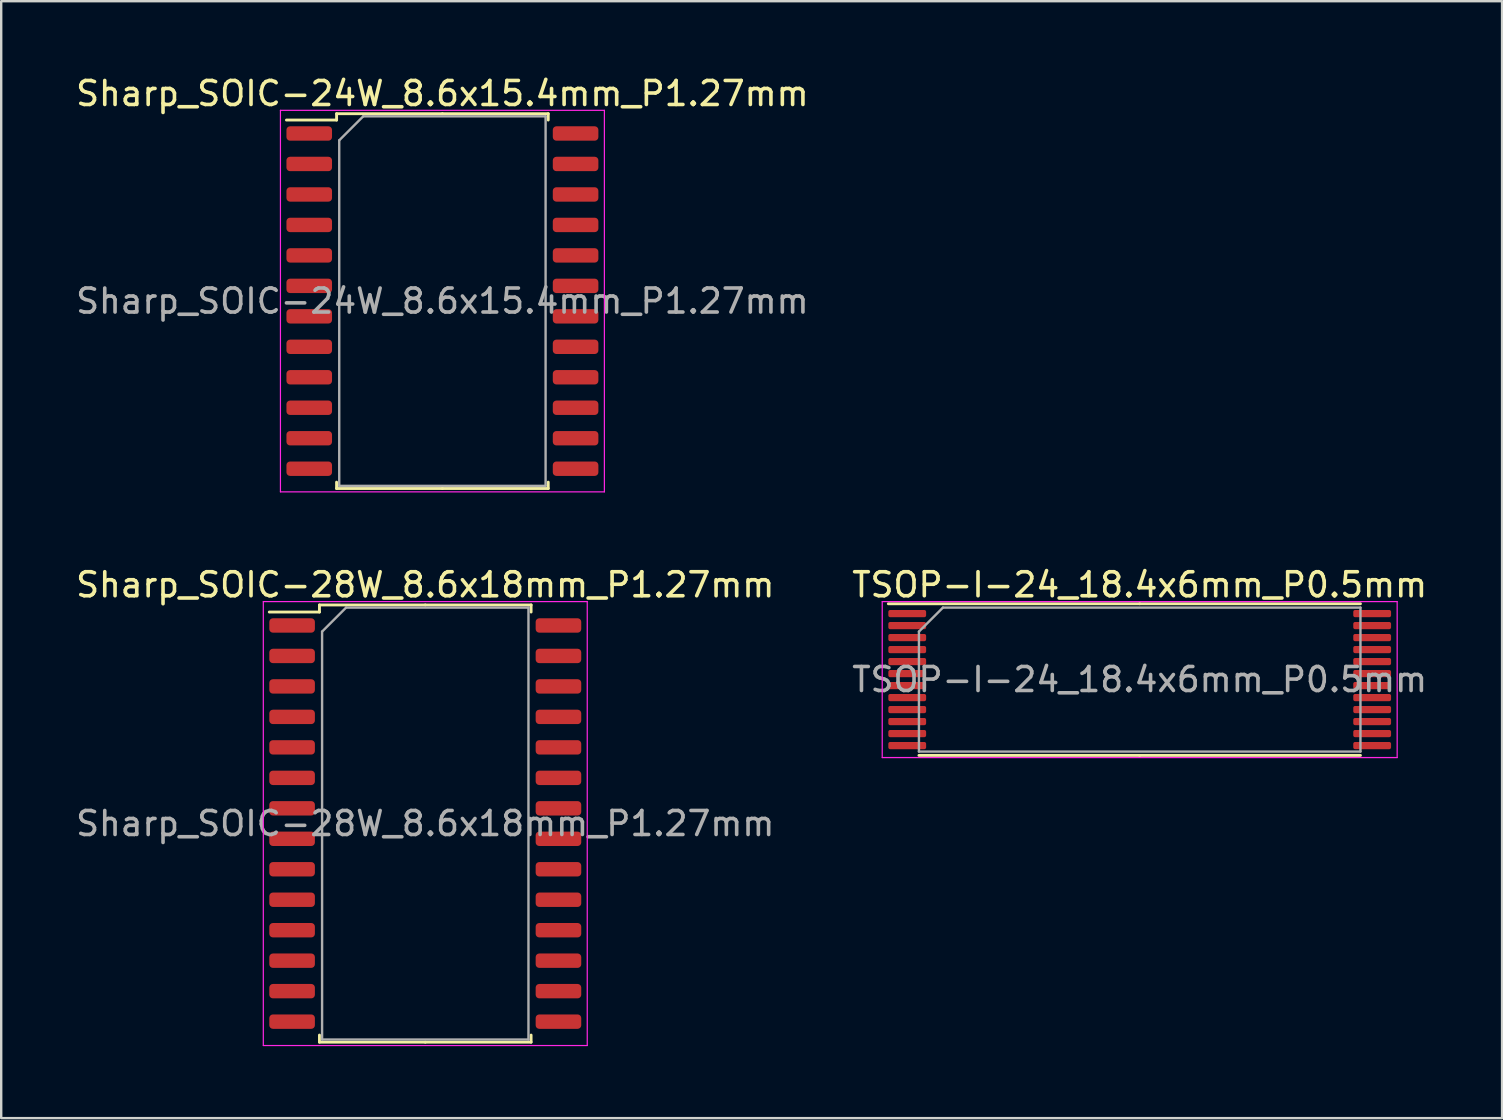
<source format=kicad_pcb>
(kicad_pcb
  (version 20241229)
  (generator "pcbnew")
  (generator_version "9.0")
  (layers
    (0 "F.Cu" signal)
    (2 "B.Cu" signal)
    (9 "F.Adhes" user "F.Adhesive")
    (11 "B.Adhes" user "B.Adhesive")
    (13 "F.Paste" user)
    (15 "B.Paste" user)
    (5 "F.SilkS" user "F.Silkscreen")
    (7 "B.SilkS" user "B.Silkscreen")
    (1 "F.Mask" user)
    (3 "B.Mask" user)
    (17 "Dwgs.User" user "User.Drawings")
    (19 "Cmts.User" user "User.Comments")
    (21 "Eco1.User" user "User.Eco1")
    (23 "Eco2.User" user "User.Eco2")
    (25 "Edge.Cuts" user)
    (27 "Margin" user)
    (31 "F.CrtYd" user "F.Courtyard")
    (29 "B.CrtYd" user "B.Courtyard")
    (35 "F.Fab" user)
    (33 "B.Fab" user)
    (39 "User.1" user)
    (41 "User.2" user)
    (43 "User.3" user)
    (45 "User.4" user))
  (footprint "Sharp_SOIC-24W_8.6x15.4mm_P1.27mm"
    (layer "F.Cu")
    (at 15.387 9.498)
    (property "Reference" "Sharp_SOIC-24W_8.6x15.4mm_P1.27mm" (at 0 -8.65 0) (layer "F.SilkS") (effects (font (size 1 1) (thickness 0.15))))
    (attr smd)
    (fp_line (start -4.41 -7.81) (end -4.41 -7.545) (stroke (width 0.12) (type solid)) (layer "F.SilkS"))
    (fp_line (start -4.41 -7.545) (end -6.5 -7.545) (stroke (width 0.12) (type solid)) (layer "F.SilkS"))
    (fp_line (start -4.41 7.81) (end -4.41 7.545) (stroke (width 0.12) (type solid)) (layer "F.SilkS"))
    (fp_line (start 0 -7.81) (end -4.41 -7.81) (stroke (width 0.12) (type solid)) (layer "F.SilkS"))
    (fp_line (start 0 -7.81) (end 4.41 -7.81) (stroke (width 0.12) (type solid)) (layer "F.SilkS"))
    (fp_line (start 0 7.81) (end -4.41 7.81) (stroke (width 0.12) (type solid)) (layer "F.SilkS"))
    (fp_line (start 0 7.81) (end 4.41 7.81) (stroke (width 0.12) (type solid)) (layer "F.SilkS"))
    (fp_line (start 4.41 -7.81) (end 4.41 -7.545) (stroke (width 0.12) (type solid)) (layer "F.SilkS"))
    (fp_line (start 4.41 7.81) (end 4.41 7.545) (stroke (width 0.12) (type solid)) (layer "F.SilkS"))
    (fp_line (start -6.75 -7.95) (end -6.75 7.95) (stroke (width 0.05) (type solid)) (layer "F.CrtYd"))
    (fp_line (start -6.75 7.95) (end 6.75 7.95) (stroke (width 0.05) (type solid)) (layer "F.CrtYd"))
    (fp_line (start 6.75 -7.95) (end -6.75 -7.95) (stroke (width 0.05) (type solid)) (layer "F.CrtYd"))
    (fp_line (start 6.75 7.95) (end 6.75 -7.95) (stroke (width 0.05) (type solid)) (layer "F.CrtYd"))
    (fp_line (start -4.3 -6.7) (end -3.3 -7.7) (stroke (width 0.1) (type solid)) (layer "F.Fab"))
    (fp_line (start -4.3 7.7) (end -4.3 -6.7) (stroke (width 0.1) (type solid)) (layer "F.Fab"))
    (fp_line (start -3.3 -7.7) (end 4.3 -7.7) (stroke (width 0.1) (type solid)) (layer "F.Fab"))
    (fp_line (start 4.3 -7.7) (end 4.3 7.7) (stroke (width 0.1) (type solid)) (layer "F.Fab"))
    (fp_line (start 4.3 7.7) (end -4.3 7.7) (stroke (width 0.1) (type solid)) (layer "F.Fab"))
    (fp_text user "${REFERENCE}" (at 0 0 0) (layer "F.Fab") (effects (font (size 1 1) (thickness 0.15))))
    (pad "1" smd roundrect (at -5.55 -6.985) (size 1.9 0.6) (layers "F.Cu" "F.Mask" "F.Paste") (roundrect_rratio 0.25))
    (pad "2" smd roundrect (at -5.55 -5.715) (size 1.9 0.6) (layers "F.Cu" "F.Mask" "F.Paste") (roundrect_rratio 0.25))
    (pad "3" smd roundrect (at -5.55 -4.445) (size 1.9 0.6) (layers "F.Cu" "F.Mask" "F.Paste") (roundrect_rratio 0.25))
    (pad "4" smd roundrect (at -5.55 -3.175) (size 1.9 0.6) (layers "F.Cu" "F.Mask" "F.Paste") (roundrect_rratio 0.25))
    (pad "5" smd roundrect (at -5.55 -1.905) (size 1.9 0.6) (layers "F.Cu" "F.Mask" "F.Paste") (roundrect_rratio 0.25))
    (pad "6" smd roundrect (at -5.55 -0.635) (size 1.9 0.6) (layers "F.Cu" "F.Mask" "F.Paste") (roundrect_rratio 0.25))
    (pad "7" smd roundrect (at -5.55 0.635) (size 1.9 0.6) (layers "F.Cu" "F.Mask" "F.Paste") (roundrect_rratio 0.25))
    (pad "8" smd roundrect (at -5.55 1.905) (size 1.9 0.6) (layers "F.Cu" "F.Mask" "F.Paste") (roundrect_rratio 0.25))
    (pad "9" smd roundrect (at -5.55 3.175) (size 1.9 0.6) (layers "F.Cu" "F.Mask" "F.Paste") (roundrect_rratio 0.25))
    (pad "10" smd roundrect (at -5.55 4.445) (size 1.9 0.6) (layers "F.Cu" "F.Mask" "F.Paste") (roundrect_rratio 0.25))
    (pad "11" smd roundrect (at -5.55 5.715) (size 1.9 0.6) (layers "F.Cu" "F.Mask" "F.Paste") (roundrect_rratio 0.25))
    (pad "12" smd roundrect (at -5.55 6.985) (size 1.9 0.6) (layers "F.Cu" "F.Mask" "F.Paste") (roundrect_rratio 0.25))
    (pad "13" smd roundrect (at 5.55 6.985) (size 1.9 0.6) (layers "F.Cu" "F.Mask" "F.Paste") (roundrect_rratio 0.25))
    (pad "14" smd roundrect (at 5.55 5.715) (size 1.9 0.6) (layers "F.Cu" "F.Mask" "F.Paste") (roundrect_rratio 0.25))
    (pad "15" smd roundrect (at 5.55 4.445) (size 1.9 0.6) (layers "F.Cu" "F.Mask" "F.Paste") (roundrect_rratio 0.25))
    (pad "16" smd roundrect (at 5.55 3.175) (size 1.9 0.6) (layers "F.Cu" "F.Mask" "F.Paste") (roundrect_rratio 0.25))
    (pad "17" smd roundrect (at 5.55 1.905) (size 1.9 0.6) (layers "F.Cu" "F.Mask" "F.Paste") (roundrect_rratio 0.25))
    (pad "18" smd roundrect (at 5.55 0.635) (size 1.9 0.6) (layers "F.Cu" "F.Mask" "F.Paste") (roundrect_rratio 0.25))
    (pad "19" smd roundrect (at 5.55 -0.635) (size 1.9 0.6) (layers "F.Cu" "F.Mask" "F.Paste") (roundrect_rratio 0.25))
    (pad "20" smd roundrect (at 5.55 -1.905) (size 1.9 0.6) (layers "F.Cu" "F.Mask" "F.Paste") (roundrect_rratio 0.25))
    (pad "21" smd roundrect (at 5.55 -3.175) (size 1.9 0.6) (layers "F.Cu" "F.Mask" "F.Paste") (roundrect_rratio 0.25))
    (pad "22" smd roundrect (at 5.55 -4.445) (size 1.9 0.6) (layers "F.Cu" "F.Mask" "F.Paste") (roundrect_rratio 0.25))
    (pad "23" smd roundrect (at 5.55 -5.715) (size 1.9 0.6) (layers "F.Cu" "F.Mask" "F.Paste") (roundrect_rratio 0.25))
    (pad "24" smd roundrect (at 5.55 -6.985) (size 1.9 0.6) (layers "F.Cu" "F.Mask" "F.Paste") (roundrect_rratio 0.25)))
  (footprint "Sharp_SOIC-28W_8.6x18mm_P1.27mm"
    (layer "F.Cu")
    (at 14.673 31.271)
    (property "Reference" "Sharp_SOIC-28W_8.6x18mm_P1.27mm" (at 0 -9.95 0) (layer "F.SilkS") (effects (font (size 1 1) (thickness 0.15))))
    (attr smd)
    (fp_line (start -4.41 -9.11) (end -4.41 -8.815) (stroke (width 0.12) (type solid)) (layer "F.SilkS"))
    (fp_line (start -4.41 -8.815) (end -6.5 -8.815) (stroke (width 0.12) (type solid)) (layer "F.SilkS"))
    (fp_line (start -4.41 9.11) (end -4.41 8.815) (stroke (width 0.12) (type solid)) (layer "F.SilkS"))
    (fp_line (start 0 -9.11) (end -4.41 -9.11) (stroke (width 0.12) (type solid)) (layer "F.SilkS"))
    (fp_line (start 0 -9.11) (end 4.41 -9.11) (stroke (width 0.12) (type solid)) (layer "F.SilkS"))
    (fp_line (start 0 9.11) (end -4.41 9.11) (stroke (width 0.12) (type solid)) (layer "F.SilkS"))
    (fp_line (start 0 9.11) (end 4.41 9.11) (stroke (width 0.12) (type solid)) (layer "F.SilkS"))
    (fp_line (start 4.41 -9.11) (end 4.41 -8.815) (stroke (width 0.12) (type solid)) (layer "F.SilkS"))
    (fp_line (start 4.41 9.11) (end 4.41 8.815) (stroke (width 0.12) (type solid)) (layer "F.SilkS"))
    (fp_line (start -6.75 -9.25) (end -6.75 9.25) (stroke (width 0.05) (type solid)) (layer "F.CrtYd"))
    (fp_line (start -6.75 9.25) (end 6.75 9.25) (stroke (width 0.05) (type solid)) (layer "F.CrtYd"))
    (fp_line (start 6.75 -9.25) (end -6.75 -9.25) (stroke (width 0.05) (type solid)) (layer "F.CrtYd"))
    (fp_line (start 6.75 9.25) (end 6.75 -9.25) (stroke (width 0.05) (type solid)) (layer "F.CrtYd"))
    (fp_line (start -4.3 -8) (end -3.3 -9) (stroke (width 0.1) (type solid)) (layer "F.Fab"))
    (fp_line (start -4.3 9) (end -4.3 -8) (stroke (width 0.1) (type solid)) (layer "F.Fab"))
    (fp_line (start -3.3 -9) (end 4.3 -9) (stroke (width 0.1) (type solid)) (layer "F.Fab"))
    (fp_line (start 4.3 -9) (end 4.3 9) (stroke (width 0.1) (type solid)) (layer "F.Fab"))
    (fp_line (start 4.3 9) (end -4.3 9) (stroke (width 0.1) (type solid)) (layer "F.Fab"))
    (fp_text user "${REFERENCE}" (at 0 0 0) (layer "F.Fab") (effects (font (size 1 1) (thickness 0.15))))
    (pad "1" smd roundrect (at -5.55 -8.255) (size 1.9 0.6) (layers "F.Cu" "F.Mask" "F.Paste") (roundrect_rratio 0.25))
    (pad "2" smd roundrect (at -5.55 -6.985) (size 1.9 0.6) (layers "F.Cu" "F.Mask" "F.Paste") (roundrect_rratio 0.25))
    (pad "3" smd roundrect (at -5.55 -5.715) (size 1.9 0.6) (layers "F.Cu" "F.Mask" "F.Paste") (roundrect_rratio 0.25))
    (pad "4" smd roundrect (at -5.55 -4.445) (size 1.9 0.6) (layers "F.Cu" "F.Mask" "F.Paste") (roundrect_rratio 0.25))
    (pad "5" smd roundrect (at -5.55 -3.175) (size 1.9 0.6) (layers "F.Cu" "F.Mask" "F.Paste") (roundrect_rratio 0.25))
    (pad "6" smd roundrect (at -5.55 -1.905) (size 1.9 0.6) (layers "F.Cu" "F.Mask" "F.Paste") (roundrect_rratio 0.25))
    (pad "7" smd roundrect (at -5.55 -0.635) (size 1.9 0.6) (layers "F.Cu" "F.Mask" "F.Paste") (roundrect_rratio 0.25))
    (pad "8" smd roundrect (at -5.55 0.635) (size 1.9 0.6) (layers "F.Cu" "F.Mask" "F.Paste") (roundrect_rratio 0.25))
    (pad "9" smd roundrect (at -5.55 1.905) (size 1.9 0.6) (layers "F.Cu" "F.Mask" "F.Paste") (roundrect_rratio 0.25))
    (pad "10" smd roundrect (at -5.55 3.175) (size 1.9 0.6) (layers "F.Cu" "F.Mask" "F.Paste") (roundrect_rratio 0.25))
    (pad "11" smd roundrect (at -5.55 4.445) (size 1.9 0.6) (layers "F.Cu" "F.Mask" "F.Paste") (roundrect_rratio 0.25))
    (pad "12" smd roundrect (at -5.55 5.715) (size 1.9 0.6) (layers "F.Cu" "F.Mask" "F.Paste") (roundrect_rratio 0.25))
    (pad "13" smd roundrect (at -5.55 6.985) (size 1.9 0.6) (layers "F.Cu" "F.Mask" "F.Paste") (roundrect_rratio 0.25))
    (pad "14" smd roundrect (at -5.55 8.255) (size 1.9 0.6) (layers "F.Cu" "F.Mask" "F.Paste") (roundrect_rratio 0.25))
    (pad "15" smd roundrect (at 5.55 8.255) (size 1.9 0.6) (layers "F.Cu" "F.Mask" "F.Paste") (roundrect_rratio 0.25))
    (pad "16" smd roundrect (at 5.55 6.985) (size 1.9 0.6) (layers "F.Cu" "F.Mask" "F.Paste") (roundrect_rratio 0.25))
    (pad "17" smd roundrect (at 5.55 5.715) (size 1.9 0.6) (layers "F.Cu" "F.Mask" "F.Paste") (roundrect_rratio 0.25))
    (pad "18" smd roundrect (at 5.55 4.445) (size 1.9 0.6) (layers "F.Cu" "F.Mask" "F.Paste") (roundrect_rratio 0.25))
    (pad "19" smd roundrect (at 5.55 3.175) (size 1.9 0.6) (layers "F.Cu" "F.Mask" "F.Paste") (roundrect_rratio 0.25))
    (pad "20" smd roundrect (at 5.55 1.905) (size 1.9 0.6) (layers "F.Cu" "F.Mask" "F.Paste") (roundrect_rratio 0.25))
    (pad "21" smd roundrect (at 5.55 0.635) (size 1.9 0.6) (layers "F.Cu" "F.Mask" "F.Paste") (roundrect_rratio 0.25))
    (pad "22" smd roundrect (at 5.55 -0.635) (size 1.9 0.6) (layers "F.Cu" "F.Mask" "F.Paste") (roundrect_rratio 0.25))
    (pad "23" smd roundrect (at 5.55 -1.905) (size 1.9 0.6) (layers "F.Cu" "F.Mask" "F.Paste") (roundrect_rratio 0.25))
    (pad "24" smd roundrect (at 5.55 -3.175) (size 1.9 0.6) (layers "F.Cu" "F.Mask" "F.Paste") (roundrect_rratio 0.25))
    (pad "25" smd roundrect (at 5.55 -4.445) (size 1.9 0.6) (layers "F.Cu" "F.Mask" "F.Paste") (roundrect_rratio 0.25))
    (pad "26" smd roundrect (at 5.55 -5.715) (size 1.9 0.6) (layers "F.Cu" "F.Mask" "F.Paste") (roundrect_rratio 0.25))
    (pad "27" smd roundrect (at 5.55 -6.985) (size 1.9 0.6) (layers "F.Cu" "F.Mask" "F.Paste") (roundrect_rratio 0.25))
    (pad "28" smd roundrect (at 5.55 -8.255) (size 1.9 0.6) (layers "F.Cu" "F.Mask" "F.Paste") (roundrect_rratio 0.25)))
  (footprint "TSOP-I-24_18.4x6mm_P0.5mm"
    (layer "F.Cu")
    (at 44.446 25.271)
    (property "Reference" "TSOP-I-24_18.4x6mm_P0.5mm" (at 0 -3.95 0) (layer "F.SilkS") (effects (font (size 1 1) (thickness 0.15))))
    (attr smd)
    (fp_line (start 0 -3.16) (end -10.475 -3.16) (stroke (width 0.12) (type solid)) (layer "F.SilkS"))
    (fp_line (start 0 -3.16) (end 9.2 -3.16) (stroke (width 0.12) (type solid)) (layer "F.SilkS"))
    (fp_line (start 0 3.16) (end -9.2 3.16) (stroke (width 0.12) (type solid)) (layer "F.SilkS"))
    (fp_line (start 0 3.16) (end 9.2 3.16) (stroke (width 0.12) (type solid)) (layer "F.SilkS"))
    (fp_line (start -10.73 -3.25) (end -10.73 3.25) (stroke (width 0.05) (type solid)) (layer "F.CrtYd"))
    (fp_line (start -10.73 3.25) (end 10.73 3.25) (stroke (width 0.05) (type solid)) (layer "F.CrtYd"))
    (fp_line (start 10.73 -3.25) (end -10.73 -3.25) (stroke (width 0.05) (type solid)) (layer "F.CrtYd"))
    (fp_line (start 10.73 3.25) (end 10.73 -3.25) (stroke (width 0.05) (type solid)) (layer "F.CrtYd"))
    (fp_line (start -9.2 -2) (end -8.2 -3) (stroke (width 0.1) (type solid)) (layer "F.Fab"))
    (fp_line (start -9.2 3) (end -9.2 -2) (stroke (width 0.1) (type solid)) (layer "F.Fab"))
    (fp_line (start -8.2 -3) (end 9.2 -3) (stroke (width 0.1) (type solid)) (layer "F.Fab"))
    (fp_line (start 9.2 -3) (end 9.2 3) (stroke (width 0.1) (type solid)) (layer "F.Fab"))
    (fp_line (start 9.2 3) (end -9.2 3) (stroke (width 0.1) (type solid)) (layer "F.Fab"))
    (fp_text user "${REFERENCE}" (at 0 0 0) (layer "F.Fab") (effects (font (size 1 1) (thickness 0.15))))
    (pad "1" smd roundrect (at -9.688 -2.75) (size 1.575 0.3) (layers "F.Cu" "F.Mask" "F.Paste") (roundrect_rratio 0.25))
    (pad "2" smd roundrect (at -9.688 -2.25) (size 1.575 0.3) (layers "F.Cu" "F.Mask" "F.Paste") (roundrect_rratio 0.25))
    (pad "3" smd roundrect (at -9.688 -1.75) (size 1.575 0.3) (layers "F.Cu" "F.Mask" "F.Paste") (roundrect_rratio 0.25))
    (pad "4" smd roundrect (at -9.688 -1.25) (size 1.575 0.3) (layers "F.Cu" "F.Mask" "F.Paste") (roundrect_rratio 0.25))
    (pad "5" smd roundrect (at -9.688 -0.75) (size 1.575 0.3) (layers "F.Cu" "F.Mask" "F.Paste") (roundrect_rratio 0.25))
    (pad "6" smd roundrect (at -9.688 -0.25) (size 1.575 0.3) (layers "F.Cu" "F.Mask" "F.Paste") (roundrect_rratio 0.25))
    (pad "7" smd roundrect (at -9.688 0.25) (size 1.575 0.3) (layers "F.Cu" "F.Mask" "F.Paste") (roundrect_rratio 0.25))
    (pad "8" smd roundrect (at -9.688 0.75) (size 1.575 0.3) (layers "F.Cu" "F.Mask" "F.Paste") (roundrect_rratio 0.25))
    (pad "9" smd roundrect (at -9.688 1.25) (size 1.575 0.3) (layers "F.Cu" "F.Mask" "F.Paste") (roundrect_rratio 0.25))
    (pad "10" smd roundrect (at -9.688 1.75) (size 1.575 0.3) (layers "F.Cu" "F.Mask" "F.Paste") (roundrect_rratio 0.25))
    (pad "11" smd roundrect (at -9.688 2.25) (size 1.575 0.3) (layers "F.Cu" "F.Mask" "F.Paste") (roundrect_rratio 0.25))
    (pad "12" smd roundrect (at -9.688 2.75) (size 1.575 0.3) (layers "F.Cu" "F.Mask" "F.Paste") (roundrect_rratio 0.25))
    (pad "13" smd roundrect (at 9.688 2.75) (size 1.575 0.3) (layers "F.Cu" "F.Mask" "F.Paste") (roundrect_rratio 0.25))
    (pad "14" smd roundrect (at 9.688 2.25) (size 1.575 0.3) (layers "F.Cu" "F.Mask" "F.Paste") (roundrect_rratio 0.25))
    (pad "15" smd roundrect (at 9.688 1.75) (size 1.575 0.3) (layers "F.Cu" "F.Mask" "F.Paste") (roundrect_rratio 0.25))
    (pad "16" smd roundrect (at 9.688 1.25) (size 1.575 0.3) (layers "F.Cu" "F.Mask" "F.Paste") (roundrect_rratio 0.25))
    (pad "17" smd roundrect (at 9.688 0.75) (size 1.575 0.3) (layers "F.Cu" "F.Mask" "F.Paste") (roundrect_rratio 0.25))
    (pad "18" smd roundrect (at 9.688 0.25) (size 1.575 0.3) (layers "F.Cu" "F.Mask" "F.Paste") (roundrect_rratio 0.25))
    (pad "19" smd roundrect (at 9.688 -0.25) (size 1.575 0.3) (layers "F.Cu" "F.Mask" "F.Paste") (roundrect_rratio 0.25))
    (pad "20" smd roundrect (at 9.688 -0.75) (size 1.575 0.3) (layers "F.Cu" "F.Mask" "F.Paste") (roundrect_rratio 0.25))
    (pad "21" smd roundrect (at 9.688 -1.25) (size 1.575 0.3) (layers "F.Cu" "F.Mask" "F.Paste") (roundrect_rratio 0.25))
    (pad "22" smd roundrect (at 9.688 -1.75) (size 1.575 0.3) (layers "F.Cu" "F.Mask" "F.Paste") (roundrect_rratio 0.25))
    (pad "23" smd roundrect (at 9.688 -2.25) (size 1.575 0.3) (layers "F.Cu" "F.Mask" "F.Paste") (roundrect_rratio 0.25))
    (pad "24" smd roundrect (at 9.688 -2.75) (size 1.575 0.3) (layers "F.Cu" "F.Mask" "F.Paste") (roundrect_rratio 0.25)))
  (gr_rect
    (start -3 -3)
    (end 59.548 43.547)
    (stroke (width 0.1) (type default))
    (fill no)
    (layer "Edge.Cuts")))
</source>
